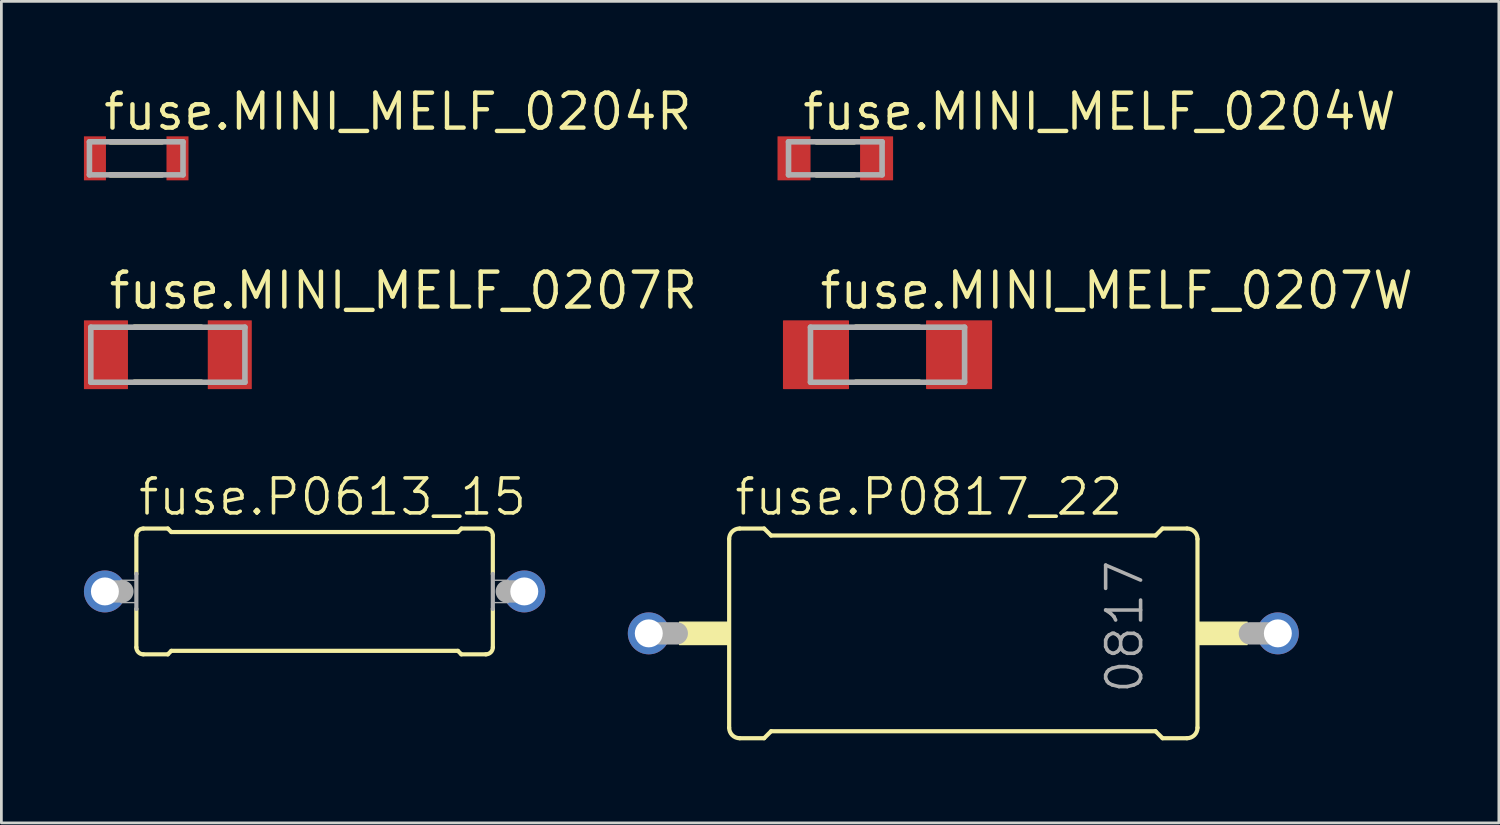
<source format=kicad_pcb>
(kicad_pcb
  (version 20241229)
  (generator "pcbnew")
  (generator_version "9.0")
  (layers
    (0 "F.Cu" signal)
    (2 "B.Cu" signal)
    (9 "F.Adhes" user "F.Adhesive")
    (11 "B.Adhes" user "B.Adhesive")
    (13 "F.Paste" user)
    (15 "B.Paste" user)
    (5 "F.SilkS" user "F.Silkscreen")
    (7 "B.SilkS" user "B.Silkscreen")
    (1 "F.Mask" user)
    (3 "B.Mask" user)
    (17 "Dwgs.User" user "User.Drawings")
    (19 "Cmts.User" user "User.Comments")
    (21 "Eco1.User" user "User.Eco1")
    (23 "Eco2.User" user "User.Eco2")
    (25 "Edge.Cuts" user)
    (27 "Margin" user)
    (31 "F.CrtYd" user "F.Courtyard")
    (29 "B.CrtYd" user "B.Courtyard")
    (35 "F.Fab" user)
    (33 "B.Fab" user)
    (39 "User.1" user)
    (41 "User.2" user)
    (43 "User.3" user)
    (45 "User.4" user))
  (footprint "fuse.MINI_MELF_0207W"
    (layer "F.Cu")
    (at 29.202 9.84)
    (property "Reference" "fuse.MINI_MELF_0207W" (at -2.54 -1.587 0) (layer "F.SilkS") (effects (font (size 1.27 1.27) (thickness 0.16)) (justify left bottom)))
    (attr smd)
    (fp_line (start -1.149 1) (end 1.149 1) (stroke (width 0.203) (type default)) (layer "F.SilkS"))
    (fp_line (start 1.149 -1) (end -1.149 -1) (stroke (width 0.203) (type default)) (layer "F.SilkS"))
    (fp_line (start -2.8 -1) (end -2.8 1) (stroke (width 0.203) (type default)) (layer "F.Fab"))
    (fp_line (start -2.8 1) (end 2.8 1) (stroke (width 0.203) (type default)) (layer "F.Fab"))
    (fp_line (start 2.8 -1) (end -2.8 -1) (stroke (width 0.203) (type default)) (layer "F.Fab"))
    (fp_line (start 2.8 1) (end 2.8 -1) (stroke (width 0.203) (type default)) (layer "F.Fab"))
    (pad "1" smd roundrect (at -2.6 0) (size 2.4 2.5) (layers "F.Cu" "F.Mask" "F.Paste") (roundrect_rratio 0.01))
    (pad "2" smd roundrect (at 2.6 0) (size 2.4 2.5) (layers "F.Cu" "F.Mask" "F.Paste") (roundrect_rratio 0.01)))
  (footprint "fuse.P0817_22"
    (layer "F.Cu")
    (at 31.956 19.966)
    (property "Reference" "fuse.P0817_22" (at -8.382 -4.216 0) (layer "F.SilkS") (effects (font (size 1.27 1.27) (thickness 0.13)) (justify left bottom)))
    (attr through_hole)
    (fp_line (start -8.509 3.429) (end -8.509 -3.429) (stroke (width 0.152) (type default)) (layer "F.SilkS"))
    (fp_line (start -8.128 -3.81) (end -7.239 -3.81) (stroke (width 0.152) (type default)) (layer "F.SilkS"))
    (fp_line (start -8.128 3.81) (end -7.239 3.81) (stroke (width 0.152) (type default)) (layer "F.SilkS"))
    (fp_line (start -6.985 -3.556) (end -7.239 -3.81) (stroke (width 0.152) (type default)) (layer "F.SilkS"))
    (fp_line (start -6.985 3.556) (end -7.239 3.81) (stroke (width 0.152) (type default)) (layer "F.SilkS"))
    (fp_line (start 6.985 -3.556) (end -6.985 -3.556) (stroke (width 0.152) (type default)) (layer "F.SilkS"))
    (fp_line (start 6.985 -3.556) (end 7.239 -3.81) (stroke (width 0.152) (type default)) (layer "F.SilkS"))
    (fp_line (start 6.985 3.556) (end -6.985 3.556) (stroke (width 0.152) (type default)) (layer "F.SilkS"))
    (fp_line (start 6.985 3.556) (end 7.239 3.81) (stroke (width 0.152) (type default)) (layer "F.SilkS"))
    (fp_line (start 8.128 -3.81) (end 7.239 -3.81) (stroke (width 0.152) (type default)) (layer "F.SilkS"))
    (fp_line (start 8.128 3.81) (end 7.239 3.81) (stroke (width 0.152) (type default)) (layer "F.SilkS"))
    (fp_line (start 8.509 3.429) (end 8.509 -3.429) (stroke (width 0.152) (type default)) (layer "F.SilkS"))
    (fp_rect (start -10.312 0.406) (end -8.509 -0.406) (stroke (width 0.05) (type default)) (fill yes) (layer "F.SilkS"))
    (fp_rect (start 8.509 0.406) (end 10.312 -0.406) (stroke (width 0.05) (type default)) (fill yes) (layer "F.SilkS"))
    (fp_arc (start -8.509 -3.429) (mid -8.397408 -3.698408) (end -8.128 -3.81) (stroke (width 0.1524) (type default)) (layer "F.SilkS"))
    (fp_arc (start -8.128 3.81) (mid -8.397408 3.698408) (end -8.509 3.429) (stroke (width 0.1524) (type default)) (layer "F.SilkS"))
    (fp_arc (start 8.128 -3.81) (mid 8.397408 -3.698408) (end 8.509 -3.429) (stroke (width 0.1524) (type default)) (layer "F.SilkS"))
    (fp_arc (start 8.509 3.429) (mid 8.397408 3.698408) (end 8.128 3.81) (stroke (width 0.1524) (type default)) (layer "F.SilkS"))
    (fp_line (start -10.414 0) (end -11.43 0) (stroke (width 0.813) (type default)) (layer "F.Fab"))
    (fp_line (start 11.43 0) (end 10.414 0) (stroke (width 0.813) (type default)) (layer "F.Fab"))
    (fp_text user "0817" (at 6.604 2.261 90) (layer "F.Fab") (effects (font (size 1.27 1.27) (thickness 0.13)) (justify left bottom)))
    (pad "1" thru_hole circle (at -11.43 0) (size 1.524 1.524) (drill 1.016) (layers "*.Cu" "*.Mask"))
    (pad "2" thru_hole circle (at 11.43 0) (size 1.524 1.524) (drill 1.016) (layers "*.Cu" "*.Mask")))
  (footprint "fuse.MINI_MELF_0204W"
    (layer "F.Cu")
    (at 27.304 2.703)
    (property "Reference" "fuse.MINI_MELF_0204W" (at -1.27 -0.953 0) (layer "F.SilkS") (effects (font (size 1.27 1.27) (thickness 0.16)) (justify left bottom)))
    (attr smd)
    (fp_line (start -0.684 0.6) (end 0.684 0.6) (stroke (width 0.203) (type default)) (layer "F.SilkS"))
    (fp_line (start 0.684 -0.6) (end -0.684 -0.6) (stroke (width 0.203) (type default)) (layer "F.SilkS"))
    (fp_line (start -1.7 -0.6) (end -1.7 0.6) (stroke (width 0.203) (type default)) (layer "F.Fab"))
    (fp_line (start -1.7 0.6) (end 1.7 0.6) (stroke (width 0.203) (type default)) (layer "F.Fab"))
    (fp_line (start 1.7 -0.6) (end -1.7 -0.6) (stroke (width 0.203) (type default)) (layer "F.Fab"))
    (fp_line (start 1.7 0.6) (end 1.7 -0.6) (stroke (width 0.203) (type default)) (layer "F.Fab"))
    (pad "1" smd roundrect (at -1.5 0) (size 1.2 1.6) (layers "F.Cu" "F.Mask" "F.Paste") (roundrect_rratio 0.01))
    (pad "2" smd roundrect (at 1.5 0) (size 1.2 1.6) (layers "F.Cu" "F.Mask" "F.Paste") (roundrect_rratio 0.01)))
  (footprint "fuse.MINI_MELF_0204R"
    (layer "F.Cu")
    (at 1.9 2.703)
    (property "Reference" "fuse.MINI_MELF_0204R" (at -1.27 -0.953 0) (layer "F.SilkS") (effects (font (size 1.27 1.27) (thickness 0.16)) (justify left bottom)))
    (attr smd)
    (fp_line (start -0.938 0.6) (end 0.938 0.6) (stroke (width 0.203) (type default)) (layer "F.SilkS"))
    (fp_line (start 0.938 -0.6) (end -0.938 -0.6) (stroke (width 0.203) (type default)) (layer "F.SilkS"))
    (fp_line (start -1.7 -0.6) (end -1.7 0.6) (stroke (width 0.203) (type default)) (layer "F.Fab"))
    (fp_line (start -1.7 0.6) (end 1.7 0.6) (stroke (width 0.203) (type default)) (layer "F.Fab"))
    (fp_line (start 1.7 -0.6) (end -1.7 -0.6) (stroke (width 0.203) (type default)) (layer "F.Fab"))
    (fp_line (start 1.7 0.6) (end 1.7 -0.6) (stroke (width 0.203) (type default)) (layer "F.Fab"))
    (pad "1" smd roundrect (at -1.5 0) (size 0.8 1.6) (layers "F.Cu" "F.Mask" "F.Paste") (roundrect_rratio 0.01))
    (pad "2" smd roundrect (at 1.5 0) (size 0.8 1.6) (layers "F.Cu" "F.Mask" "F.Paste") (roundrect_rratio 0.01)))
  (footprint "fuse.MINI_MELF_0207R"
    (layer "F.Cu")
    (at 3.05 9.84)
    (property "Reference" "fuse.MINI_MELF_0207R" (at -2.223 -1.587 0) (layer "F.SilkS") (effects (font (size 1.27 1.27) (thickness 0.16)) (justify left bottom)))
    (attr smd)
    (fp_line (start -1.212 1) (end 1.212 1) (stroke (width 0.203) (type default)) (layer "F.SilkS"))
    (fp_line (start 1.212 -1) (end -1.212 -1) (stroke (width 0.203) (type default)) (layer "F.SilkS"))
    (fp_line (start -2.8 -1) (end -2.8 1) (stroke (width 0.203) (type default)) (layer "F.Fab"))
    (fp_line (start -2.8 1) (end 2.8 1) (stroke (width 0.203) (type default)) (layer "F.Fab"))
    (fp_line (start 2.8 -1) (end -2.8 -1) (stroke (width 0.203) (type default)) (layer "F.Fab"))
    (fp_line (start 2.8 1) (end 2.8 -1) (stroke (width 0.203) (type default)) (layer "F.Fab"))
    (pad "1" smd roundrect (at -2.25 0) (size 1.6 2.5) (layers "F.Cu" "F.Mask" "F.Paste") (roundrect_rratio 0.01))
    (pad "2" smd roundrect (at 2.25 0) (size 1.6 2.5) (layers "F.Cu" "F.Mask" "F.Paste") (roundrect_rratio 0.01)))
  (footprint "fuse.P0613_15"
    (layer "F.Cu")
    (at 8.382 18.442)
    (property "Reference" "fuse.P0613_15" (at -6.477 -2.692 0) (layer "F.SilkS") (effects (font (size 1.27 1.27) (thickness 0.13)) (justify left bottom)))
    (attr through_hole)
    (fp_line (start -6.477 -0.635) (end -6.477 -2.032) (stroke (width 0.152) (type default)) (layer "F.SilkS"))
    (fp_line (start -6.477 2.032) (end -6.477 0.635) (stroke (width 0.152) (type default)) (layer "F.SilkS"))
    (fp_line (start -6.223 -2.286) (end -5.334 -2.286) (stroke (width 0.152) (type default)) (layer "F.SilkS"))
    (fp_line (start -6.223 2.286) (end -5.334 2.286) (stroke (width 0.152) (type default)) (layer "F.SilkS"))
    (fp_line (start -5.207 -2.159) (end -5.334 -2.286) (stroke (width 0.152) (type default)) (layer "F.SilkS"))
    (fp_line (start -5.207 2.159) (end -5.334 2.286) (stroke (width 0.152) (type default)) (layer "F.SilkS"))
    (fp_line (start 5.207 -2.159) (end -5.207 -2.159) (stroke (width 0.152) (type default)) (layer "F.SilkS"))
    (fp_line (start 5.207 -2.159) (end 5.334 -2.286) (stroke (width 0.152) (type default)) (layer "F.SilkS"))
    (fp_line (start 5.207 2.159) (end -5.207 2.159) (stroke (width 0.152) (type default)) (layer "F.SilkS"))
    (fp_line (start 5.207 2.159) (end 5.334 2.286) (stroke (width 0.152) (type default)) (layer "F.SilkS"))
    (fp_line (start 6.223 -2.286) (end 5.334 -2.286) (stroke (width 0.152) (type default)) (layer "F.SilkS"))
    (fp_line (start 6.223 2.286) (end 5.334 2.286) (stroke (width 0.152) (type default)) (layer "F.SilkS"))
    (fp_line (start 6.477 -2.032) (end 6.477 -0.635) (stroke (width 0.152) (type default)) (layer "F.SilkS"))
    (fp_line (start 6.477 0.635) (end 6.477 2.032) (stroke (width 0.152) (type default)) (layer "F.SilkS"))
    (fp_arc (start -6.477 -2.032) (mid -6.402605 -2.211605) (end -6.223 -2.286) (stroke (width 0.1524) (type default)) (layer "F.SilkS"))
    (fp_arc (start -6.223 2.286) (mid -6.402605 2.211605) (end -6.477 2.032) (stroke (width 0.1524) (type default)) (layer "F.SilkS"))
    (fp_arc (start 6.223 -2.286) (mid 6.402605 -2.211605) (end 6.477 -2.032) (stroke (width 0.1524) (type default)) (layer "F.SilkS"))
    (fp_arc (start 6.477 2.032) (mid 6.402605 2.211605) (end 6.223 2.286) (stroke (width 0.1524) (type default)) (layer "F.SilkS"))
    (fp_line (start -7.62 0) (end -6.985 0) (stroke (width 0.813) (type default)) (layer "F.Fab"))
    (fp_line (start -6.477 -0.635) (end -6.477 0.635) (stroke (width 0.152) (type default)) (layer "F.Fab"))
    (fp_line (start 6.477 0.635) (end 6.477 -0.635) (stroke (width 0.152) (type default)) (layer "F.Fab"))
    (fp_line (start 7.62 0) (end 6.985 0) (stroke (width 0.813) (type default)) (layer "F.Fab"))
    (fp_rect (start -7.036 0.406) (end -6.477 -0.406) (stroke (width 0.05) (type default)) (fill no) (layer "F.Fab"))
    (fp_rect (start 6.477 0.406) (end 7.036 -0.406) (stroke (width 0.05) (type default)) (fill no) (layer "F.Fab"))
    (pad "1" thru_hole circle (at -7.62 0) (size 1.524 1.524) (drill 1.016) (layers "*.Cu" "*.Mask"))
    (pad "2" thru_hole circle (at 7.62 0) (size 1.524 1.524) (drill 1.016) (layers "*.Cu" "*.Mask")))
  (gr_rect
    (start -3 -3)
    (end 51.417 26.853)
    (stroke (width 0.1) (type default))
    (fill no)
    (layer "Edge.Cuts")))
</source>
